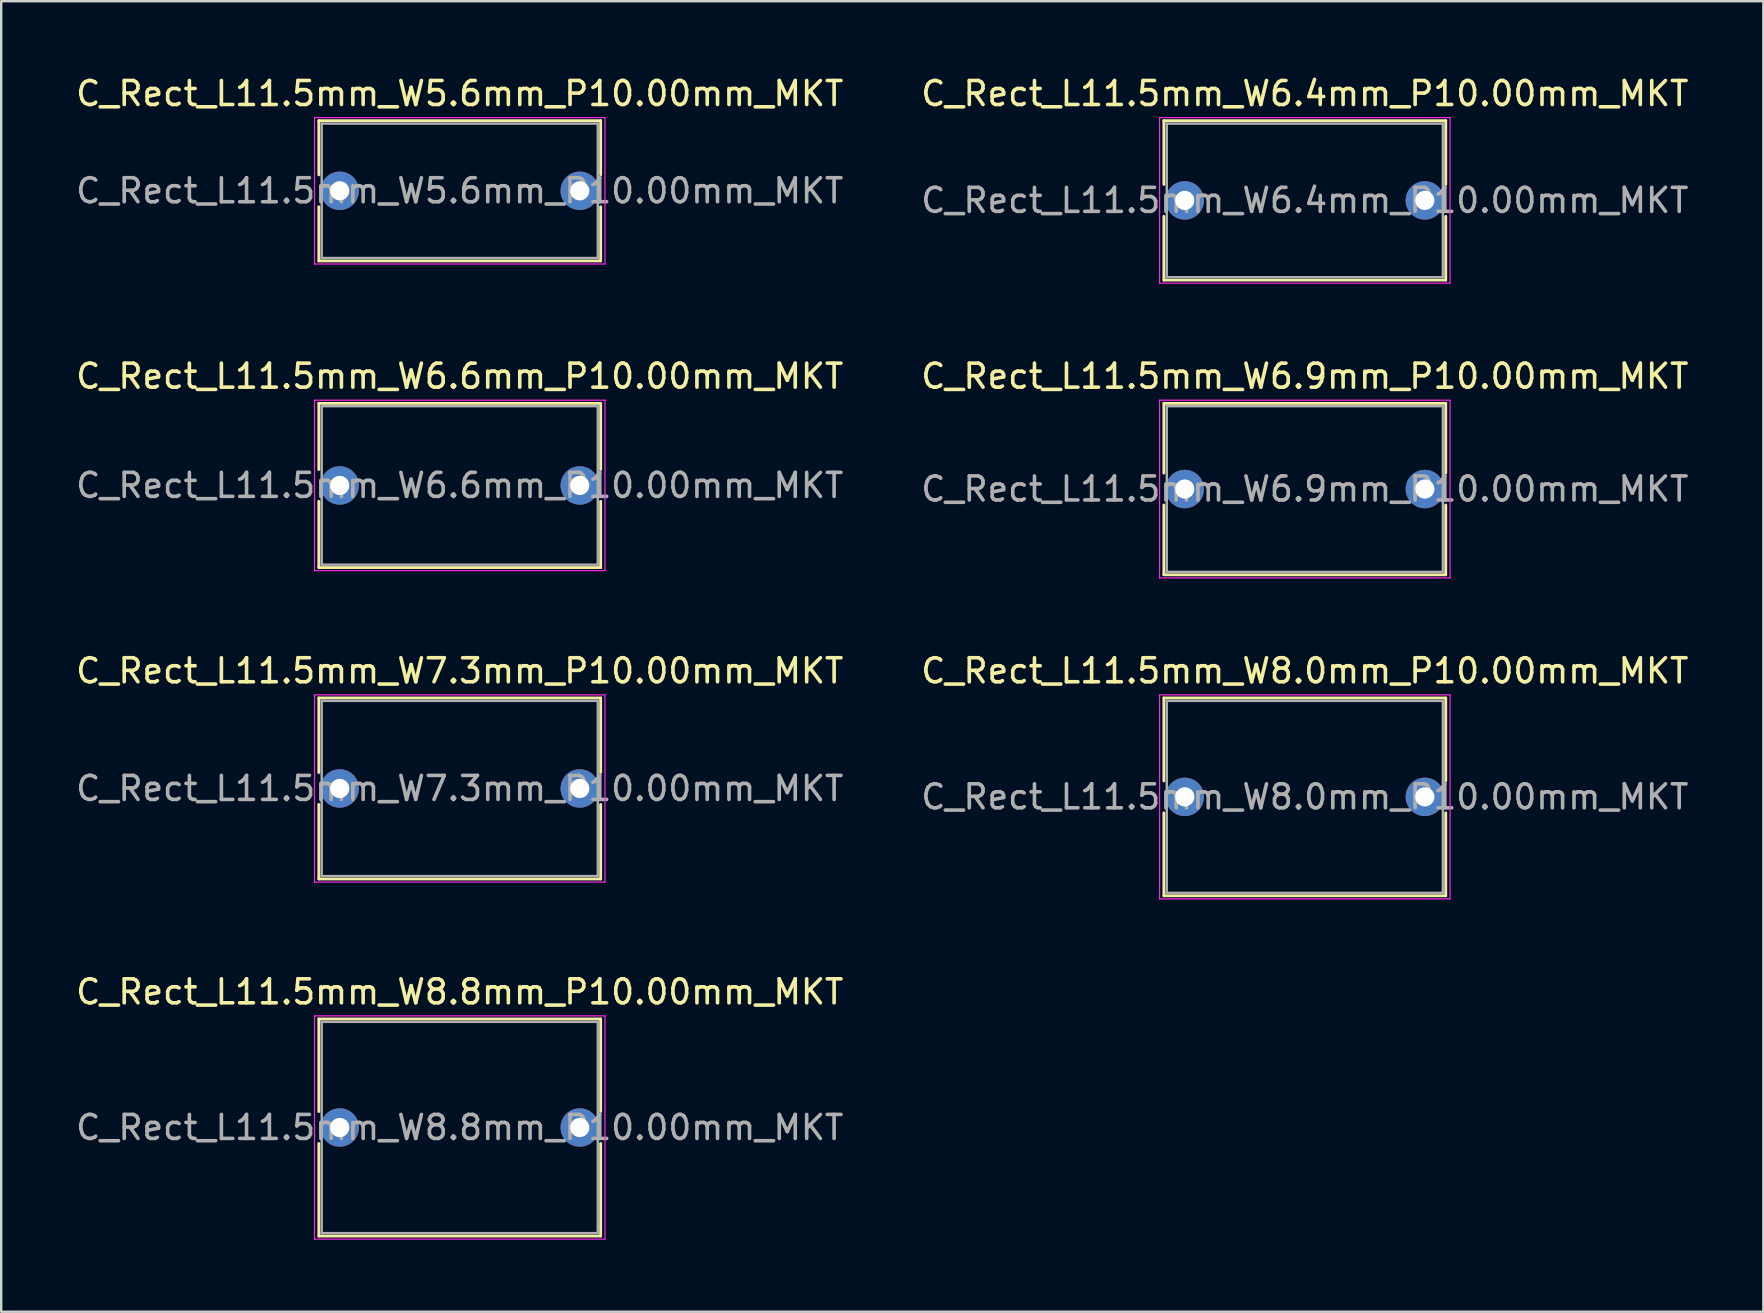
<source format=kicad_pcb>
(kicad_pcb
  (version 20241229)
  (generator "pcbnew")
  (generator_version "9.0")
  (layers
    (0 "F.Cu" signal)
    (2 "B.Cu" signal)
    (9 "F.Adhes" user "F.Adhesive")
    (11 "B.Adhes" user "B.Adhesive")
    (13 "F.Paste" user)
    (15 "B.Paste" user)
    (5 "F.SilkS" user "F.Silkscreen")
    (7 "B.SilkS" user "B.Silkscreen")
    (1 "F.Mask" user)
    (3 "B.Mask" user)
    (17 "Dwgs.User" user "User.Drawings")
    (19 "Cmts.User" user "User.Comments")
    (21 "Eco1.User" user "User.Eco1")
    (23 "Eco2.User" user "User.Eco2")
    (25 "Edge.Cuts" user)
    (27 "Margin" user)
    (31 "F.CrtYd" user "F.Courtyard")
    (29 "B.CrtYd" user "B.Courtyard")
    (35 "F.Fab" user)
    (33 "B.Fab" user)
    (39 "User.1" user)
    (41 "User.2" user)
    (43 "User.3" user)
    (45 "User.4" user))
  (footprint "C_Rect_L11.5mm_W5.6mm_P10.00mm_MKT"
    (layer "F.Cu")
    (at 11.101 4.898)
    (property "Reference" "C_Rect_L11.5mm_W5.6mm_P10.00mm_MKT" (at 5 -4.05 0) (layer "F.SilkS") (effects (font (size 1 1) (thickness 0.15))))
    (attr through_hole)
    (fp_line (start -0.87 -2.92) (end -0.87 -0.665) (stroke (width 0.12) (type solid)) (layer "F.SilkS"))
    (fp_line (start -0.87 -2.92) (end 10.87 -2.92) (stroke (width 0.12) (type solid)) (layer "F.SilkS"))
    (fp_line (start -0.87 0.665) (end -0.87 2.92) (stroke (width 0.12) (type solid)) (layer "F.SilkS"))
    (fp_line (start -0.87 2.92) (end 10.87 2.92) (stroke (width 0.12) (type solid)) (layer "F.SilkS"))
    (fp_line (start 10.87 -2.92) (end 10.87 -0.665) (stroke (width 0.12) (type solid)) (layer "F.SilkS"))
    (fp_line (start 10.87 0.665) (end 10.87 2.92) (stroke (width 0.12) (type solid)) (layer "F.SilkS"))
    (fp_line (start -1.05 -3.05) (end -1.05 3.05) (stroke (width 0.05) (type solid)) (layer "F.CrtYd"))
    (fp_line (start -1.05 3.05) (end 11.05 3.05) (stroke (width 0.05) (type solid)) (layer "F.CrtYd"))
    (fp_line (start 11.05 -3.05) (end -1.05 -3.05) (stroke (width 0.05) (type solid)) (layer "F.CrtYd"))
    (fp_line (start 11.05 3.05) (end 11.05 -3.05) (stroke (width 0.05) (type solid)) (layer "F.CrtYd"))
    (fp_line (start -0.75 -2.8) (end -0.75 2.8) (stroke (width 0.1) (type solid)) (layer "F.Fab"))
    (fp_line (start -0.75 2.8) (end 10.75 2.8) (stroke (width 0.1) (type solid)) (layer "F.Fab"))
    (fp_line (start 10.75 -2.8) (end -0.75 -2.8) (stroke (width 0.1) (type solid)) (layer "F.Fab"))
    (fp_line (start 10.75 2.8) (end 10.75 -2.8) (stroke (width 0.1) (type solid)) (layer "F.Fab"))
    (fp_text user "${REFERENCE}" (at 5 0 0) (layer "F.Fab") (effects (font (size 1 1) (thickness 0.15))))
    (pad "1" thru_hole circle (at 0 0) (size 1.6 1.6) (drill 0.8) (layers "*.Cu" "*.Mask"))
    (pad "2" thru_hole circle (at 10 0) (size 1.6 1.6) (drill 0.8) (layers "*.Cu" "*.Mask")))
  (footprint "C_Rect_L11.5mm_W8.0mm_P10.00mm_MKT"
    (layer "F.Cu")
    (at 46.304 30.145)
    (property "Reference" "C_Rect_L11.5mm_W8.0mm_P10.00mm_MKT" (at 5 -5.25 0) (layer "F.SilkS") (effects (font (size 1 1) (thickness 0.15))))
    (attr through_hole)
    (fp_line (start -0.87 -4.12) (end -0.87 -0.665) (stroke (width 0.12) (type solid)) (layer "F.SilkS"))
    (fp_line (start -0.87 -4.12) (end 10.87 -4.12) (stroke (width 0.12) (type solid)) (layer "F.SilkS"))
    (fp_line (start -0.87 0.665) (end -0.87 4.12) (stroke (width 0.12) (type solid)) (layer "F.SilkS"))
    (fp_line (start -0.87 4.12) (end 10.87 4.12) (stroke (width 0.12) (type solid)) (layer "F.SilkS"))
    (fp_line (start 10.87 -4.12) (end 10.87 -0.665) (stroke (width 0.12) (type solid)) (layer "F.SilkS"))
    (fp_line (start 10.87 0.665) (end 10.87 4.12) (stroke (width 0.12) (type solid)) (layer "F.SilkS"))
    (fp_line (start -1.05 -4.25) (end -1.05 4.25) (stroke (width 0.05) (type solid)) (layer "F.CrtYd"))
    (fp_line (start -1.05 4.25) (end 11.05 4.25) (stroke (width 0.05) (type solid)) (layer "F.CrtYd"))
    (fp_line (start 11.05 -4.25) (end -1.05 -4.25) (stroke (width 0.05) (type solid)) (layer "F.CrtYd"))
    (fp_line (start 11.05 4.25) (end 11.05 -4.25) (stroke (width 0.05) (type solid)) (layer "F.CrtYd"))
    (fp_line (start -0.75 -4) (end -0.75 4) (stroke (width 0.1) (type solid)) (layer "F.Fab"))
    (fp_line (start -0.75 4) (end 10.75 4) (stroke (width 0.1) (type solid)) (layer "F.Fab"))
    (fp_line (start 10.75 -4) (end -0.75 -4) (stroke (width 0.1) (type solid)) (layer "F.Fab"))
    (fp_line (start 10.75 4) (end 10.75 -4) (stroke (width 0.1) (type solid)) (layer "F.Fab"))
    (fp_text user "${REFERENCE}" (at 5 0 0) (layer "F.Fab") (effects (font (size 1 1) (thickness 0.15))))
    (pad "1" thru_hole circle (at 0 0) (size 1.6 1.6) (drill 0.8) (layers "*.Cu" "*.Mask"))
    (pad "2" thru_hole circle (at 10 0) (size 1.6 1.6) (drill 0.8) (layers "*.Cu" "*.Mask")))
  (footprint "C_Rect_L11.5mm_W6.4mm_P10.00mm_MKT"
    (layer "F.Cu")
    (at 46.304 5.298)
    (property "Reference" "C_Rect_L11.5mm_W6.4mm_P10.00mm_MKT" (at 5 -4.45 0) (layer "F.SilkS") (effects (font (size 1 1) (thickness 0.15))))
    (attr through_hole)
    (fp_line (start -0.87 -3.32) (end -0.87 -0.665) (stroke (width 0.12) (type solid)) (layer "F.SilkS"))
    (fp_line (start -0.87 -3.32) (end 10.87 -3.32) (stroke (width 0.12) (type solid)) (layer "F.SilkS"))
    (fp_line (start -0.87 0.665) (end -0.87 3.32) (stroke (width 0.12) (type solid)) (layer "F.SilkS"))
    (fp_line (start -0.87 3.32) (end 10.87 3.32) (stroke (width 0.12) (type solid)) (layer "F.SilkS"))
    (fp_line (start 10.87 -3.32) (end 10.87 -0.665) (stroke (width 0.12) (type solid)) (layer "F.SilkS"))
    (fp_line (start 10.87 0.665) (end 10.87 3.32) (stroke (width 0.12) (type solid)) (layer "F.SilkS"))
    (fp_line (start -1.05 -3.45) (end -1.05 3.45) (stroke (width 0.05) (type solid)) (layer "F.CrtYd"))
    (fp_line (start -1.05 3.45) (end 11.05 3.45) (stroke (width 0.05) (type solid)) (layer "F.CrtYd"))
    (fp_line (start 11.05 -3.45) (end -1.05 -3.45) (stroke (width 0.05) (type solid)) (layer "F.CrtYd"))
    (fp_line (start 11.05 3.45) (end 11.05 -3.45) (stroke (width 0.05) (type solid)) (layer "F.CrtYd"))
    (fp_line (start -0.75 -3.2) (end -0.75 3.2) (stroke (width 0.1) (type solid)) (layer "F.Fab"))
    (fp_line (start -0.75 3.2) (end 10.75 3.2) (stroke (width 0.1) (type solid)) (layer "F.Fab"))
    (fp_line (start 10.75 -3.2) (end -0.75 -3.2) (stroke (width 0.1) (type solid)) (layer "F.Fab"))
    (fp_line (start 10.75 3.2) (end 10.75 -3.2) (stroke (width 0.1) (type solid)) (layer "F.Fab"))
    (fp_text user "${REFERENCE}" (at 5 0 0) (layer "F.Fab") (effects (font (size 1 1) (thickness 0.15))))
    (pad "1" thru_hole circle (at 0 0) (size 1.6 1.6) (drill 0.8) (layers "*.Cu" "*.Mask"))
    (pad "2" thru_hole circle (at 10 0) (size 1.6 1.6) (drill 0.8) (layers "*.Cu" "*.Mask")))
  (footprint "C_Rect_L11.5mm_W7.3mm_P10.00mm_MKT"
    (layer "F.Cu")
    (at 11.101 29.795)
    (property "Reference" "C_Rect_L11.5mm_W7.3mm_P10.00mm_MKT" (at 5 -4.9 0) (layer "F.SilkS") (effects (font (size 1 1) (thickness 0.15))))
    (attr through_hole)
    (fp_line (start -0.87 -3.77) (end -0.87 -0.665) (stroke (width 0.12) (type solid)) (layer "F.SilkS"))
    (fp_line (start -0.87 -3.77) (end 10.87 -3.77) (stroke (width 0.12) (type solid)) (layer "F.SilkS"))
    (fp_line (start -0.87 0.665) (end -0.87 3.77) (stroke (width 0.12) (type solid)) (layer "F.SilkS"))
    (fp_line (start -0.87 3.77) (end 10.87 3.77) (stroke (width 0.12) (type solid)) (layer "F.SilkS"))
    (fp_line (start 10.87 -3.77) (end 10.87 -0.665) (stroke (width 0.12) (type solid)) (layer "F.SilkS"))
    (fp_line (start 10.87 0.665) (end 10.87 3.77) (stroke (width 0.12) (type solid)) (layer "F.SilkS"))
    (fp_line (start -1.05 -3.9) (end -1.05 3.9) (stroke (width 0.05) (type solid)) (layer "F.CrtYd"))
    (fp_line (start -1.05 3.9) (end 11.05 3.9) (stroke (width 0.05) (type solid)) (layer "F.CrtYd"))
    (fp_line (start 11.05 -3.9) (end -1.05 -3.9) (stroke (width 0.05) (type solid)) (layer "F.CrtYd"))
    (fp_line (start 11.05 3.9) (end 11.05 -3.9) (stroke (width 0.05) (type solid)) (layer "F.CrtYd"))
    (fp_line (start -0.75 -3.65) (end -0.75 3.65) (stroke (width 0.1) (type solid)) (layer "F.Fab"))
    (fp_line (start -0.75 3.65) (end 10.75 3.65) (stroke (width 0.1) (type solid)) (layer "F.Fab"))
    (fp_line (start 10.75 -3.65) (end -0.75 -3.65) (stroke (width 0.1) (type solid)) (layer "F.Fab"))
    (fp_line (start 10.75 3.65) (end 10.75 -3.65) (stroke (width 0.1) (type solid)) (layer "F.Fab"))
    (fp_text user "${REFERENCE}" (at 5 0 0) (layer "F.Fab") (effects (font (size 1 1) (thickness 0.15))))
    (pad "1" thru_hole circle (at 0 0) (size 1.6 1.6) (drill 0.8) (layers "*.Cu" "*.Mask"))
    (pad "2" thru_hole circle (at 10 0) (size 1.6 1.6) (drill 0.8) (layers "*.Cu" "*.Mask")))
  (footprint "C_Rect_L11.5mm_W6.6mm_P10.00mm_MKT"
    (layer "F.Cu")
    (at 11.101 17.172)
    (property "Reference" "C_Rect_L11.5mm_W6.6mm_P10.00mm_MKT" (at 5 -4.55 0) (layer "F.SilkS") (effects (font (size 1 1) (thickness 0.15))))
    (attr through_hole)
    (fp_line (start -0.87 -3.42) (end -0.87 -0.665) (stroke (width 0.12) (type solid)) (layer "F.SilkS"))
    (fp_line (start -0.87 -3.42) (end 10.87 -3.42) (stroke (width 0.12) (type solid)) (layer "F.SilkS"))
    (fp_line (start -0.87 0.665) (end -0.87 3.42) (stroke (width 0.12) (type solid)) (layer "F.SilkS"))
    (fp_line (start -0.87 3.42) (end 10.87 3.42) (stroke (width 0.12) (type solid)) (layer "F.SilkS"))
    (fp_line (start 10.87 -3.42) (end 10.87 -0.665) (stroke (width 0.12) (type solid)) (layer "F.SilkS"))
    (fp_line (start 10.87 0.665) (end 10.87 3.42) (stroke (width 0.12) (type solid)) (layer "F.SilkS"))
    (fp_line (start -1.05 -3.55) (end -1.05 3.55) (stroke (width 0.05) (type solid)) (layer "F.CrtYd"))
    (fp_line (start -1.05 3.55) (end 11.05 3.55) (stroke (width 0.05) (type solid)) (layer "F.CrtYd"))
    (fp_line (start 11.05 -3.55) (end -1.05 -3.55) (stroke (width 0.05) (type solid)) (layer "F.CrtYd"))
    (fp_line (start 11.05 3.55) (end 11.05 -3.55) (stroke (width 0.05) (type solid)) (layer "F.CrtYd"))
    (fp_line (start -0.75 -3.3) (end -0.75 3.3) (stroke (width 0.1) (type solid)) (layer "F.Fab"))
    (fp_line (start -0.75 3.3) (end 10.75 3.3) (stroke (width 0.1) (type solid)) (layer "F.Fab"))
    (fp_line (start 10.75 -3.3) (end -0.75 -3.3) (stroke (width 0.1) (type solid)) (layer "F.Fab"))
    (fp_line (start 10.75 3.3) (end 10.75 -3.3) (stroke (width 0.1) (type solid)) (layer "F.Fab"))
    (fp_text user "${REFERENCE}" (at 5 0 0) (layer "F.Fab") (effects (font (size 1 1) (thickness 0.15))))
    (pad "1" thru_hole circle (at 0 0) (size 1.6 1.6) (drill 0.8) (layers "*.Cu" "*.Mask"))
    (pad "2" thru_hole circle (at 10 0) (size 1.6 1.6) (drill 0.8) (layers "*.Cu" "*.Mask")))
  (footprint "C_Rect_L11.5mm_W6.9mm_P10.00mm_MKT"
    (layer "F.Cu")
    (at 46.304 17.322)
    (property "Reference" "C_Rect_L11.5mm_W6.9mm_P10.00mm_MKT" (at 5 -4.7 0) (layer "F.SilkS") (effects (font (size 1 1) (thickness 0.15))))
    (attr through_hole)
    (fp_line (start -0.87 -3.57) (end -0.87 -0.665) (stroke (width 0.12) (type solid)) (layer "F.SilkS"))
    (fp_line (start -0.87 -3.57) (end 10.87 -3.57) (stroke (width 0.12) (type solid)) (layer "F.SilkS"))
    (fp_line (start -0.87 0.665) (end -0.87 3.57) (stroke (width 0.12) (type solid)) (layer "F.SilkS"))
    (fp_line (start -0.87 3.57) (end 10.87 3.57) (stroke (width 0.12) (type solid)) (layer "F.SilkS"))
    (fp_line (start 10.87 -3.57) (end 10.87 -0.665) (stroke (width 0.12) (type solid)) (layer "F.SilkS"))
    (fp_line (start 10.87 0.665) (end 10.87 3.57) (stroke (width 0.12) (type solid)) (layer "F.SilkS"))
    (fp_line (start -1.05 -3.7) (end -1.05 3.7) (stroke (width 0.05) (type solid)) (layer "F.CrtYd"))
    (fp_line (start -1.05 3.7) (end 11.05 3.7) (stroke (width 0.05) (type solid)) (layer "F.CrtYd"))
    (fp_line (start 11.05 -3.7) (end -1.05 -3.7) (stroke (width 0.05) (type solid)) (layer "F.CrtYd"))
    (fp_line (start 11.05 3.7) (end 11.05 -3.7) (stroke (width 0.05) (type solid)) (layer "F.CrtYd"))
    (fp_line (start -0.75 -3.45) (end -0.75 3.45) (stroke (width 0.1) (type solid)) (layer "F.Fab"))
    (fp_line (start -0.75 3.45) (end 10.75 3.45) (stroke (width 0.1) (type solid)) (layer "F.Fab"))
    (fp_line (start 10.75 -3.45) (end -0.75 -3.45) (stroke (width 0.1) (type solid)) (layer "F.Fab"))
    (fp_line (start 10.75 3.45) (end 10.75 -3.45) (stroke (width 0.1) (type solid)) (layer "F.Fab"))
    (fp_text user "${REFERENCE}" (at 5 0 0) (layer "F.Fab") (effects (font (size 1 1) (thickness 0.15))))
    (pad "1" thru_hole circle (at 0 0) (size 1.6 1.6) (drill 0.8) (layers "*.Cu" "*.Mask"))
    (pad "2" thru_hole circle (at 10 0) (size 1.6 1.6) (drill 0.8) (layers "*.Cu" "*.Mask")))
  (footprint "C_Rect_L11.5mm_W8.8mm_P10.00mm_MKT"
    (layer "F.Cu")
    (at 11.101 43.918)
    (property "Reference" "C_Rect_L11.5mm_W8.8mm_P10.00mm_MKT" (at 5 -5.65 0) (layer "F.SilkS") (effects (font (size 1 1) (thickness 0.15))))
    (attr through_hole)
    (fp_line (start -0.87 -4.52) (end -0.87 -0.665) (stroke (width 0.12) (type solid)) (layer "F.SilkS"))
    (fp_line (start -0.87 -4.52) (end 10.87 -4.52) (stroke (width 0.12) (type solid)) (layer "F.SilkS"))
    (fp_line (start -0.87 0.665) (end -0.87 4.52) (stroke (width 0.12) (type solid)) (layer "F.SilkS"))
    (fp_line (start -0.87 4.52) (end 10.87 4.52) (stroke (width 0.12) (type solid)) (layer "F.SilkS"))
    (fp_line (start 10.87 -4.52) (end 10.87 -0.665) (stroke (width 0.12) (type solid)) (layer "F.SilkS"))
    (fp_line (start 10.87 0.665) (end 10.87 4.52) (stroke (width 0.12) (type solid)) (layer "F.SilkS"))
    (fp_line (start -1.05 -4.65) (end -1.05 4.65) (stroke (width 0.05) (type solid)) (layer "F.CrtYd"))
    (fp_line (start -1.05 4.65) (end 11.05 4.65) (stroke (width 0.05) (type solid)) (layer "F.CrtYd"))
    (fp_line (start 11.05 -4.65) (end -1.05 -4.65) (stroke (width 0.05) (type solid)) (layer "F.CrtYd"))
    (fp_line (start 11.05 4.65) (end 11.05 -4.65) (stroke (width 0.05) (type solid)) (layer "F.CrtYd"))
    (fp_line (start -0.75 -4.4) (end -0.75 4.4) (stroke (width 0.1) (type solid)) (layer "F.Fab"))
    (fp_line (start -0.75 4.4) (end 10.75 4.4) (stroke (width 0.1) (type solid)) (layer "F.Fab"))
    (fp_line (start 10.75 -4.4) (end -0.75 -4.4) (stroke (width 0.1) (type solid)) (layer "F.Fab"))
    (fp_line (start 10.75 4.4) (end 10.75 -4.4) (stroke (width 0.1) (type solid)) (layer "F.Fab"))
    (fp_text user "${REFERENCE}" (at 5 0 0) (layer "F.Fab") (effects (font (size 1 1) (thickness 0.15))))
    (pad "1" thru_hole circle (at 0 0) (size 1.6 1.6) (drill 0.8) (layers "*.Cu" "*.Mask"))
    (pad "2" thru_hole circle (at 10 0) (size 1.6 1.6) (drill 0.8) (layers "*.Cu" "*.Mask")))
  (gr_rect
    (start -3 -3)
    (end 70.405 51.593)
    (stroke (width 0.1) (type default))
    (fill no)
    (layer "Edge.Cuts")))
</source>
